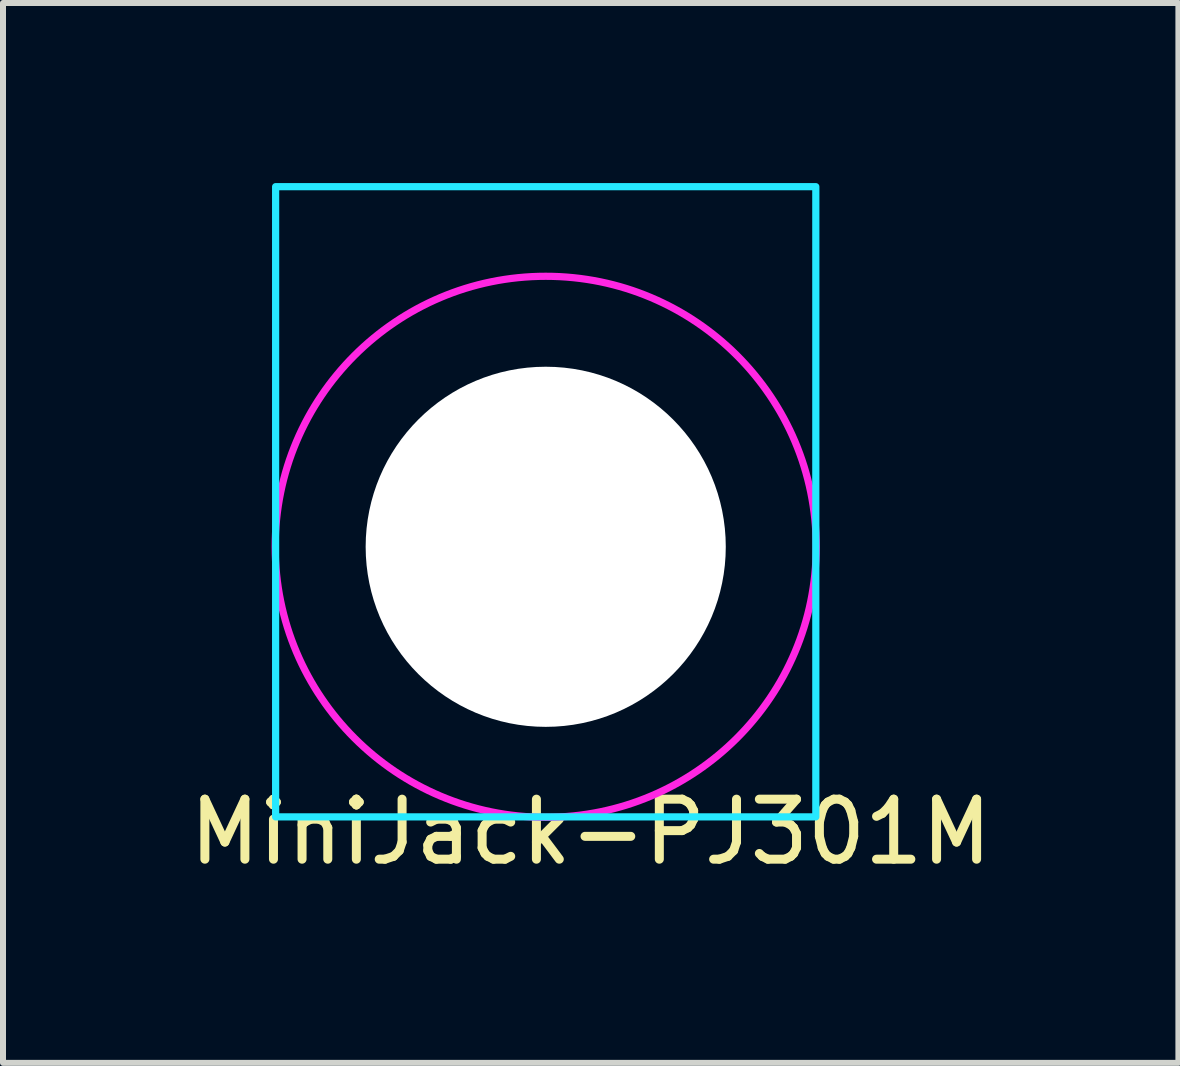
<source format=kicad_pcb>
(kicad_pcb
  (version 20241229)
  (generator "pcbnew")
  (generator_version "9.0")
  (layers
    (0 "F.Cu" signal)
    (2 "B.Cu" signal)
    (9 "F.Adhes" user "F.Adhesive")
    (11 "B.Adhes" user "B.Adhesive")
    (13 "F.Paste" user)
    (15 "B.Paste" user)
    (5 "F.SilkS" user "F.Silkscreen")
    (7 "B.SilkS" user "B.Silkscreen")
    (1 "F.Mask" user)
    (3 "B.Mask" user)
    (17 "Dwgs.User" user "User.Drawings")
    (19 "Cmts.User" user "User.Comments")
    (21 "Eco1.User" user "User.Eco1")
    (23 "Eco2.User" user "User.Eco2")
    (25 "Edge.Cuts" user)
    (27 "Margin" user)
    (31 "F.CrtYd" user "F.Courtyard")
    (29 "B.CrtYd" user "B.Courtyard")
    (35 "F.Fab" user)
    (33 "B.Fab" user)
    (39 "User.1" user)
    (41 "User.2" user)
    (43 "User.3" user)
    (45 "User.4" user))
  (footprint "MiniJack-PJ301M"
    (layer "F.Cu")
    (at 6.042 6.06)
    (property "Reference" "MiniJack-PJ301M" (at 0.75 4.75 0) (unlocked yes) (layer "F.SilkS") (effects (font (size 1 1) (thickness 0.15))))
    (fp_rect (start -4.5 -6) (end 4.5 4.5) (stroke (width 0.12) (type default)) (fill no) (layer "B.CrtYd"))
    (fp_circle (center 0 0) (end 4.5 0.25) (stroke (width 0.12) (type default)) (fill no) (layer "F.CrtYd"))
    (pad "" np_thru_hole circle (at 0 0) (size 6 6) (drill 6) (layers "*.Cu" "*.Mask")))
  (gr_rect
    (start -3 -3)
    (end 16.583 14.658)
    (stroke (width 0.1) (type default))
    (fill no)
    (layer "Edge.Cuts")))
</source>
